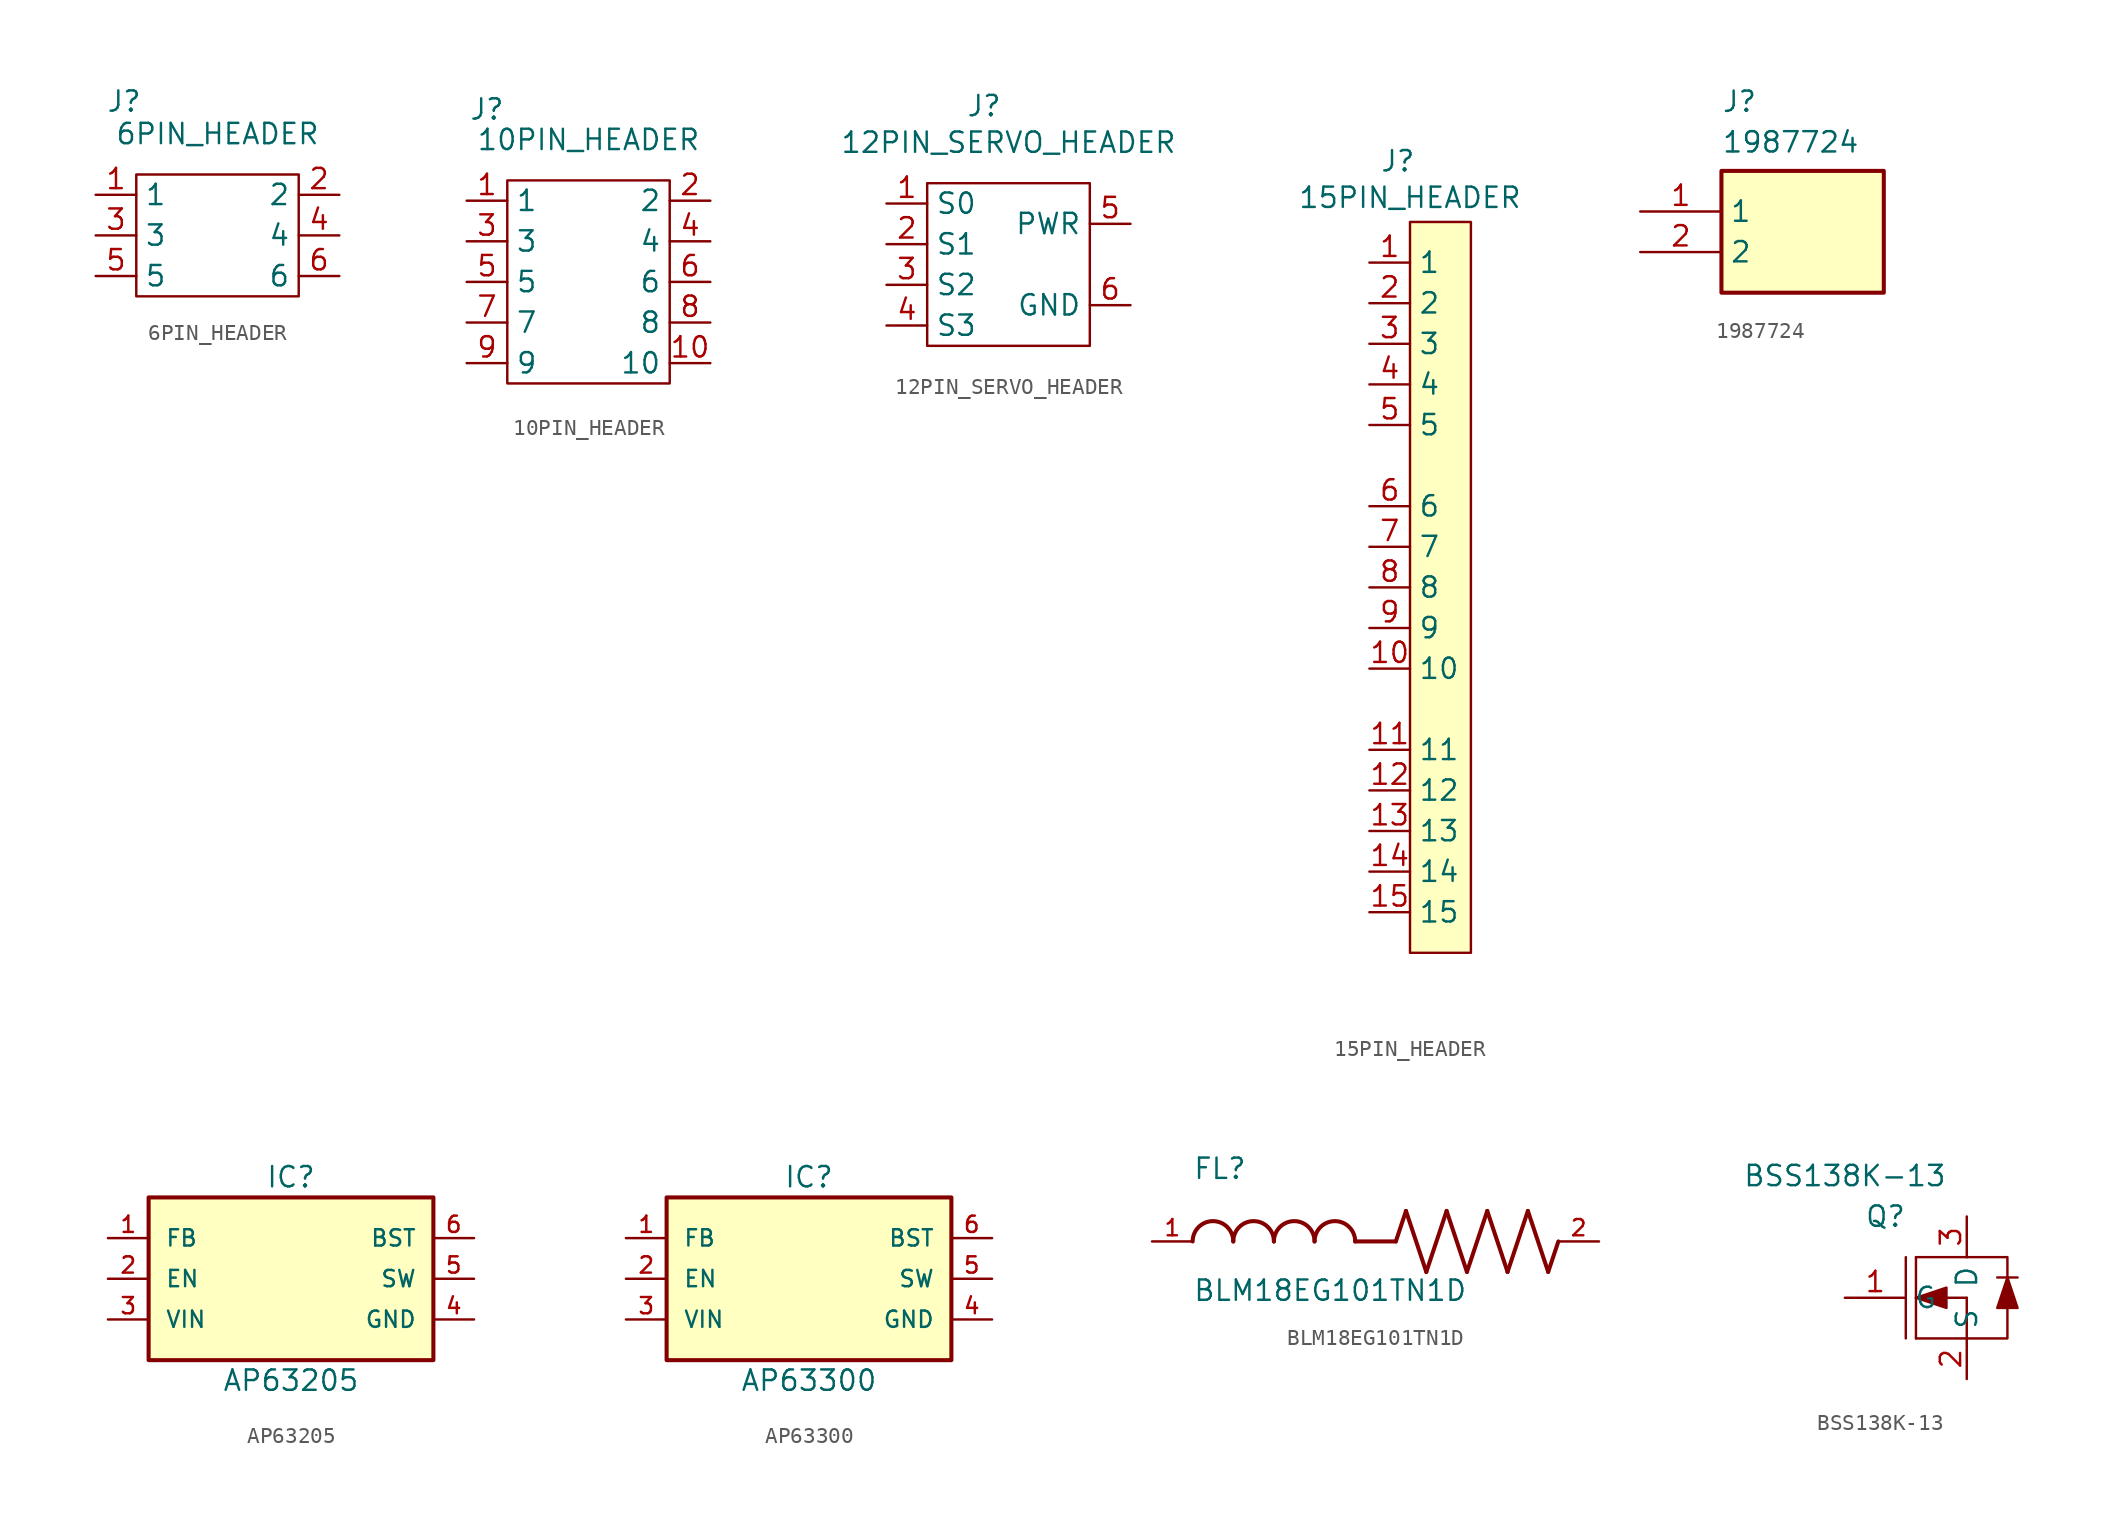
<source format=kicad_sym>
(kicad_symbol_lib
  (version 20241209)
  (generator "kicad_symbol_editor")
  (generator_version "9.0")
  (symbol "6PIN_HEADER"
    (property "Reference" "J"
      (at -0.762 12.192 0)
      (effects (font (size 1.27 1.27))))
    (property "Value" "6PIN_HEADER"
      (at 5.08 10.16 0)
      (effects (font (size 1.27 1.27))))
    (symbol "6PIN_HEADER_0_1"
      (polyline (pts (xy 0 0) (xy 0 7.62) (xy 10.16 7.62) (xy 10.16 0) (xy 0 0)) (stroke (width 0) (type default)) (fill (type none))))
    (symbol "6PIN_HEADER_1_1"
      (pin input line (at -2.54 6.35 0) (length 2.54) (name "1" (effects (font (size 1.27 1.27)))) (number "1" (effects (font (size 1.27 1.27)))))
      (pin input line (at -2.54 3.81 0) (length 2.54) (name "3" (effects (font (size 1.27 1.27)))) (number "3" (effects (font (size 1.27 1.27)))))
      (pin input line (at -2.54 1.27 0) (length 2.54) (name "5" (effects (font (size 1.27 1.27)))) (number "5" (effects (font (size 1.27 1.27)))))
      (pin input line (at 12.7 6.35 180) (length 2.54) (name "2" (effects (font (size 1.27 1.27)))) (number "2" (effects (font (size 1.27 1.27)))))
      (pin input line (at 12.7 3.81 180) (length 2.54) (name "4" (effects (font (size 1.27 1.27)))) (number "4" (effects (font (size 1.27 1.27)))))
      (pin input line (at 12.7 1.27 180) (length 2.54) (name "6" (effects (font (size 1.27 1.27)))) (number "6" (effects (font (size 1.27 1.27)))))))
  (symbol "10PIN_HEADER"
    (property "Reference" "J"
      (at -1.27 17.145 0)
      (effects (font (size 1.27 1.27))))
    (property "Value" "10PIN_HEADER"
      (at 5.08 15.24 0)
      (effects (font (size 1.27 1.27))))
    (symbol "10PIN_HEADER_0_1"
      (polyline (pts (xy 0 0) (xy 0 12.7) (xy 10.16 12.7) (xy 10.16 0) (xy 0 0)) (stroke (width 0) (type default)) (fill (type none))))
    (symbol "10PIN_HEADER_1_1"
      (pin input line (at -2.54 11.43 0) (length 2.54) (name "1" (effects (font (size 1.27 1.27)))) (number "1" (effects (font (size 1.27 1.27)))))
      (pin input line (at -2.54 8.89 0) (length 2.54) (name "3" (effects (font (size 1.27 1.27)))) (number "3" (effects (font (size 1.27 1.27)))))
      (pin input line (at -2.54 6.35 0) (length 2.54) (name "5" (effects (font (size 1.27 1.27)))) (number "5" (effects (font (size 1.27 1.27)))))
      (pin input line (at -2.54 3.81 0) (length 2.54) (name "7" (effects (font (size 1.27 1.27)))) (number "7" (effects (font (size 1.27 1.27)))))
      (pin input line (at -2.54 1.27 0) (length 2.54) (name "9" (effects (font (size 1.27 1.27)))) (number "9" (effects (font (size 1.27 1.27)))))
      (pin input line (at 12.7 11.43 180) (length 2.54) (name "2" (effects (font (size 1.27 1.27)))) (number "2" (effects (font (size 1.27 1.27)))))
      (pin input line (at 12.7 8.89 180) (length 2.54) (name "4" (effects (font (size 1.27 1.27)))) (number "4" (effects (font (size 1.27 1.27)))))
      (pin input line (at 12.7 6.35 180) (length 2.54) (name "6" (effects (font (size 1.27 1.27)))) (number "6" (effects (font (size 1.27 1.27)))))
      (pin input line (at 12.7 3.81 180) (length 2.54) (name "8" (effects (font (size 1.27 1.27)))) (number "8" (effects (font (size 1.27 1.27)))))
      (pin input line (at 12.7 1.27 180) (length 2.54) (name "10" (effects (font (size 1.27 1.27)))) (number "10" (effects (font (size 1.27 1.27)))))))
  (symbol "12PIN_SERVO_HEADER"
    (property "Reference" "J"
      (at -1.524 9.906 0)
      (effects (font (size 1.27 1.27))))
    (property "Value" "12PIN_SERVO_HEADER"
      (at 0 7.62 0)
      (effects (font (size 1.27 1.27))))
    (symbol "12PIN_SERVO_HEADER_0_1"
      (polyline (pts (xy -5.08 -5.08) (xy -5.08 5.08) (xy 5.08 5.08) (xy 5.08 -5.08) (xy -5.08 -5.08)) (stroke (width 0) (type default)) (fill (type none))))
    (symbol "12PIN_SERVO_HEADER_1_1"
      (pin input line (at -7.62 3.81 0) (length 2.54) (name "S0" (effects (font (size 1.27 1.27)))) (number "1" (effects (font (size 1.27 1.27)))))
      (pin input line (at -7.62 1.27 0) (length 2.54) (name "S1" (effects (font (size 1.27 1.27)))) (number "2" (effects (font (size 1.27 1.27)))))
      (pin input line (at -7.62 -1.27 0) (length 2.54) (name "S2" (effects (font (size 1.27 1.27)))) (number "3" (effects (font (size 1.27 1.27)))))
      (pin input line (at -7.62 -3.81 0) (length 2.54) (name "S3" (effects (font (size 1.27 1.27)))) (number "4" (effects (font (size 1.27 1.27)))))
      (pin input line (at 7.62 2.54 180) (length 2.54) (name "PWR" (effects (font (size 1.27 1.27)))) (number "5" (effects (font (size 1.27 1.27)))))
      (pin input line (at 7.62 -2.54 180) (length 2.54) (name "GND" (effects (font (size 1.27 1.27)))) (number "6" (effects (font (size 1.27 1.27)))))))
  (symbol "15PIN_HEADER"
    (property "Reference" "J"
      (at -0.762 26.67 0)
      (effects (font (size 1.27 1.27))))
    (property "Value" "15PIN_HEADER"
      (at 0 24.384 0)
      (effects (font (size 1.27 1.27))))
    (symbol "15PIN_HEADER_1_1"
      (rectangle (start 0 22.86) (end 3.81 -22.86) (stroke (width 0) (type solid)) (fill (type background)))
      (pin input line (at -2.54 20.32 0) (length 2.54) (name "1" (effects (font (size 1.27 1.27)))) (number "1" (effects (font (size 1.27 1.27)))))
      (pin input line (at -2.54 17.78 0) (length 2.54) (name "2" (effects (font (size 1.27 1.27)))) (number "2" (effects (font (size 1.27 1.27)))))
      (pin input line (at -2.54 15.24 0) (length 2.54) (name "3" (effects (font (size 1.27 1.27)))) (number "3" (effects (font (size 1.27 1.27)))))
      (pin input line (at -2.54 12.7 0) (length 2.54) (name "4" (effects (font (size 1.27 1.27)))) (number "4" (effects (font (size 1.27 1.27)))))
      (pin input line (at -2.54 10.16 0) (length 2.54) (name "5" (effects (font (size 1.27 1.27)))) (number "5" (effects (font (size 1.27 1.27)))))
      (pin input line (at -2.54 5.08 0) (length 2.54) (name "6" (effects (font (size 1.27 1.27)))) (number "6" (effects (font (size 1.27 1.27)))))
      (pin input line (at -2.54 2.54 0) (length 2.54) (name "7" (effects (font (size 1.27 1.27)))) (number "7" (effects (font (size 1.27 1.27)))))
      (pin input line (at -2.54 0 0) (length 2.54) (name "8" (effects (font (size 1.27 1.27)))) (number "8" (effects (font (size 1.27 1.27)))))
      (pin input line (at -2.54 -2.54 0) (length 2.54) (name "9" (effects (font (size 1.27 1.27)))) (number "9" (effects (font (size 1.27 1.27)))))
      (pin input line (at -2.54 -5.08 0) (length 2.54) (name "10" (effects (font (size 1.27 1.27)))) (number "10" (effects (font (size 1.27 1.27)))))
      (pin input line (at -2.54 -10.16 0) (length 2.54) (name "11" (effects (font (size 1.27 1.27)))) (number "11" (effects (font (size 1.27 1.27)))))
      (pin input line (at -2.54 -12.7 0) (length 2.54) (name "12" (effects (font (size 1.27 1.27)))) (number "12" (effects (font (size 1.27 1.27)))))
      (pin input line (at -2.54 -15.24 0) (length 2.54) (name "13" (effects (font (size 1.27 1.27)))) (number "13" (effects (font (size 1.27 1.27)))))
      (pin input line (at -2.54 -17.78 0) (length 2.54) (name "14" (effects (font (size 1.27 1.27)))) (number "14" (effects (font (size 1.27 1.27)))))
      (pin input line (at -2.54 -20.32 0) (length 2.54) (name "15" (effects (font (size 1.27 1.27)))) (number "15" (effects (font (size 1.27 1.27)))))))
  (symbol "1987724"
    (property "Reference" "J"
      (at 5.08 7.62 0)
      (effects (font (size 1.27 1.27)) (justify left top)))
    (property "Value" "1987724"
      (at 5.08 5.08 0)
      (effects (font (size 1.27 1.27)) (justify left top)))
    (symbol "1987724_1_1"
      (rectangle (start 5.08 2.54) (end 15.24 -5.08) (stroke (width 0.254) (type default)) (fill (type background)))
      (pin passive line (at 0 0 0) (length 5.08) (name "1" (effects (font (size 1.27 1.27)))) (number "1" (effects (font (size 1.27 1.27)))))
      (pin passive line (at 0 -2.54 0) (length 5.08) (name "2" (effects (font (size 1.27 1.27)))) (number "2" (effects (font (size 1.27 1.27)))))))
  (symbol "AP63205"
    (pin_names
      (offset 1.016))
    (property "Reference" "IC"
      (at 0 6.35 0)
      (effects (font (size 1.27 1.27))))
    (property "Value" "AP63205"
      (at 0 -6.35 0)
      (effects (font (size 1.27 1.27))))
    (symbol "AP63205_0_0"
      (rectangle (start -8.89 -5.08) (end 8.89 5.08) (stroke (width 0.254) (type default)) (fill (type background)))
      (pin bidirectional line (at -11.43 2.54 0) (length 2.54) (name "FB" (effects (font (size 1.016 1.016)))) (number "1" (effects (font (size 1.016 1.016)))))
      (pin bidirectional line (at -11.43 0 0) (length 2.54) (name "EN" (effects (font (size 1.016 1.016)))) (number "2" (effects (font (size 1.016 1.016)))))
      (pin bidirectional line (at -11.43 -2.54 0) (length 2.54) (name "VIN" (effects (font (size 1.016 1.016)))) (number "3" (effects (font (size 1.016 1.016)))))
      (pin bidirectional line (at 11.43 2.54 180) (length 2.54) (name "BST" (effects (font (size 1.016 1.016)))) (number "6" (effects (font (size 1.016 1.016)))))
      (pin bidirectional line (at 11.43 0 180) (length 2.54) (name "SW" (effects (font (size 1.016 1.016)))) (number "5" (effects (font (size 1.016 1.016)))))
      (pin bidirectional line (at 11.43 -2.54 180) (length 2.54) (name "GND" (effects (font (size 1.016 1.016)))) (number "4" (effects (font (size 1.016 1.016)))))))
  (symbol "AP63300"
    (pin_names
      (offset 1.016))
    (property "Reference" "IC"
      (at 0 6.35 0)
      (effects (font (size 1.27 1.27))))
    (property "Value" "AP63300"
      (at 0 -6.35 0)
      (effects (font (size 1.27 1.27))))
    (symbol "AP63300_0_0"
      (rectangle (start -8.89 5.08) (end 8.89 -5.08) (stroke (width 0.254) (type default)) (fill (type background)))
      (pin bidirectional line (at -11.43 2.54 0) (length 2.54) (name "FB" (effects (font (size 1.016 1.016)))) (number "1" (effects (font (size 1.016 1.016)))))
      (pin bidirectional line (at -11.43 0 0) (length 2.54) (name "EN" (effects (font (size 1.016 1.016)))) (number "2" (effects (font (size 1.016 1.016)))))
      (pin bidirectional line (at -11.43 -2.54 0) (length 2.54) (name "VIN" (effects (font (size 1.016 1.016)))) (number "3" (effects (font (size 1.016 1.016)))))
      (pin bidirectional line (at 11.43 2.54 180) (length 2.54) (name "BST" (effects (font (size 1.016 1.016)))) (number "6" (effects (font (size 1.016 1.016)))))
      (pin bidirectional line (at 11.43 0 180) (length 2.54) (name "SW" (effects (font (size 1.016 1.016)))) (number "5" (effects (font (size 1.016 1.016)))))
      (pin bidirectional line (at 11.43 -2.54 180) (length 2.54) (name "GND" (effects (font (size 1.016 1.016)))) (number "4" (effects (font (size 1.016 1.016)))))))
  (symbol "BLM18EG101TN1D"
    (pin_names
      (offset 1.016))
    (property "Reference" "FL"
      (at -12.7 3.81 0)
      (effects (font (size 1.27 1.27)) (justify left bottom)))
    (property "Value" "BLM18EG101TN1D"
      (at -12.7 -3.81 0)
      (effects (font (size 1.27 1.27)) (justify left bottom)))
    (symbol "BLM18EG101TN1D_0_0"
      (arc (start -12.7 0) (mid -11.43 1.2645) (end -10.16 0) (stroke (width 0.254) (type default)) (fill (type none)))
      (arc (start -10.16 0) (mid -8.89 1.2645) (end -7.62 0) (stroke (width 0.254) (type default)) (fill (type none)))
      (arc (start -7.62 0) (mid -6.35 1.2645) (end -5.08 0) (stroke (width 0.254) (type default)) (fill (type none)))
      (arc (start -5.08 0) (mid -3.81 1.2645) (end -2.54 0) (stroke (width 0.254) (type default)) (fill (type none)))
      (polyline (pts (xy 0 0) (xy -2.54 0)) (stroke (width 0.254) (type default)) (fill (type none)))
      (polyline (pts (xy 0 0) (xy 0.635 1.905)) (stroke (width 0.254) (type default)) (fill (type none)))
      (polyline (pts (xy 0.635 1.905) (xy 1.905 -1.905)) (stroke (width 0.254) (type default)) (fill (type none)))
      (polyline (pts (xy 1.905 -1.905) (xy 3.175 1.905)) (stroke (width 0.254) (type default)) (fill (type none)))
      (polyline (pts (xy 3.175 1.905) (xy 4.445 -1.905)) (stroke (width 0.254) (type default)) (fill (type none)))
      (polyline (pts (xy 4.445 -1.905) (xy 5.715 1.905)) (stroke (width 0.254) (type default)) (fill (type none)))
      (polyline (pts (xy 5.715 1.905) (xy 6.985 -1.905)) (stroke (width 0.254) (type default)) (fill (type none)))
      (polyline (pts (xy 6.985 -1.905) (xy 8.255 1.905)) (stroke (width 0.254) (type default)) (fill (type none)))
      (polyline (pts (xy 8.255 1.905) (xy 9.525 -1.905)) (stroke (width 0.254) (type default)) (fill (type none)))
      (polyline (pts (xy 9.525 -1.905) (xy 10.16 0)) (stroke (width 0.254) (type default)) (fill (type none)))
      (pin passive line (at -15.24 0 0) (length 2.54) (name "~" (effects (font (size 1.016 1.016)))) (number "1" (effects (font (size 1.016 1.016)))))
      (pin passive line (at 12.7 0 180) (length 2.54) (name "~" (effects (font (size 1.016 1.016)))) (number "2" (effects (font (size 1.016 1.016)))))))
  (symbol "BSS138K-13"
    (property "Reference" "Q"
      (at -1.27 5.08 0)
      (effects (font (size 1.27 1.27))))
    (property "Value" "BSS138K-13"
      (at -3.81 7.62 0)
      (effects (font (size 1.27 1.27))))
    (symbol "BSS138K-13_0_1"
      (polyline (pts (xy 0 -2.54) (xy 0 2.54)) (stroke (width 0) (type default)) (fill (type none)))
      (polyline (pts (xy 0.635 0) (xy 2.54 0.635) (xy 2.54 -0.635) (xy 0.635 0)) (stroke (width 0) (type default)) (fill (type outline)))
      (polyline (pts (xy 0.635 -2.54) (xy 3.81 -2.54)) (stroke (width 0) (type default)) (fill (type none)))
      (polyline (pts (xy 3.81 2.54) (xy 0.635 2.54)) (stroke (width 0) (type default)) (fill (type none)))
      (polyline (pts (xy 3.81 0) (xy 0.635 0)) (stroke (width 0) (type default)) (fill (type none)))
      (polyline (pts (xy 3.81 0) (xy 3.81 -2.54)) (stroke (width 0) (type default)) (fill (type none)))
      (polyline (pts (xy 3.81 -2.54) (xy 6.35 -2.54) (xy 6.35 2.54) (xy 3.81 2.54)) (stroke (width 0) (type default)) (fill (type none)))
      (polyline (pts (xy 6.35 1.27) (xy 6.985 -0.635) (xy 5.715 -0.635) (xy 6.35 1.27)) (stroke (width 0) (type default)) (fill (type outline)))
      (polyline (pts (xy 6.985 1.27) (xy 5.715 1.27)) (stroke (width 0) (type default)) (fill (type none))))
    (symbol "BSS138K-13_1_1"
      (polyline (pts (xy 0.635 -2.54) (xy 0.635 2.54)) (stroke (width 0) (type default)) (fill (type none)))
      (pin input line (at -3.81 0 0) (length 3.81) (name "G" (effects (font (size 1.27 1.27)))) (number "1" (effects (font (size 1.27 1.27)))))
      (pin passive line (at 3.81 5.08 270) (length 2.54) (name "D" (effects (font (size 1.27 1.27)))) (number "3" (effects (font (size 1.27 1.27)))))
      (pin passive line (at 3.81 -5.08 90) (length 2.54) (name "S" (effects (font (size 1.27 1.27)))) (number "2" (effects (font (size 1.27 1.27))))))))
</source>
